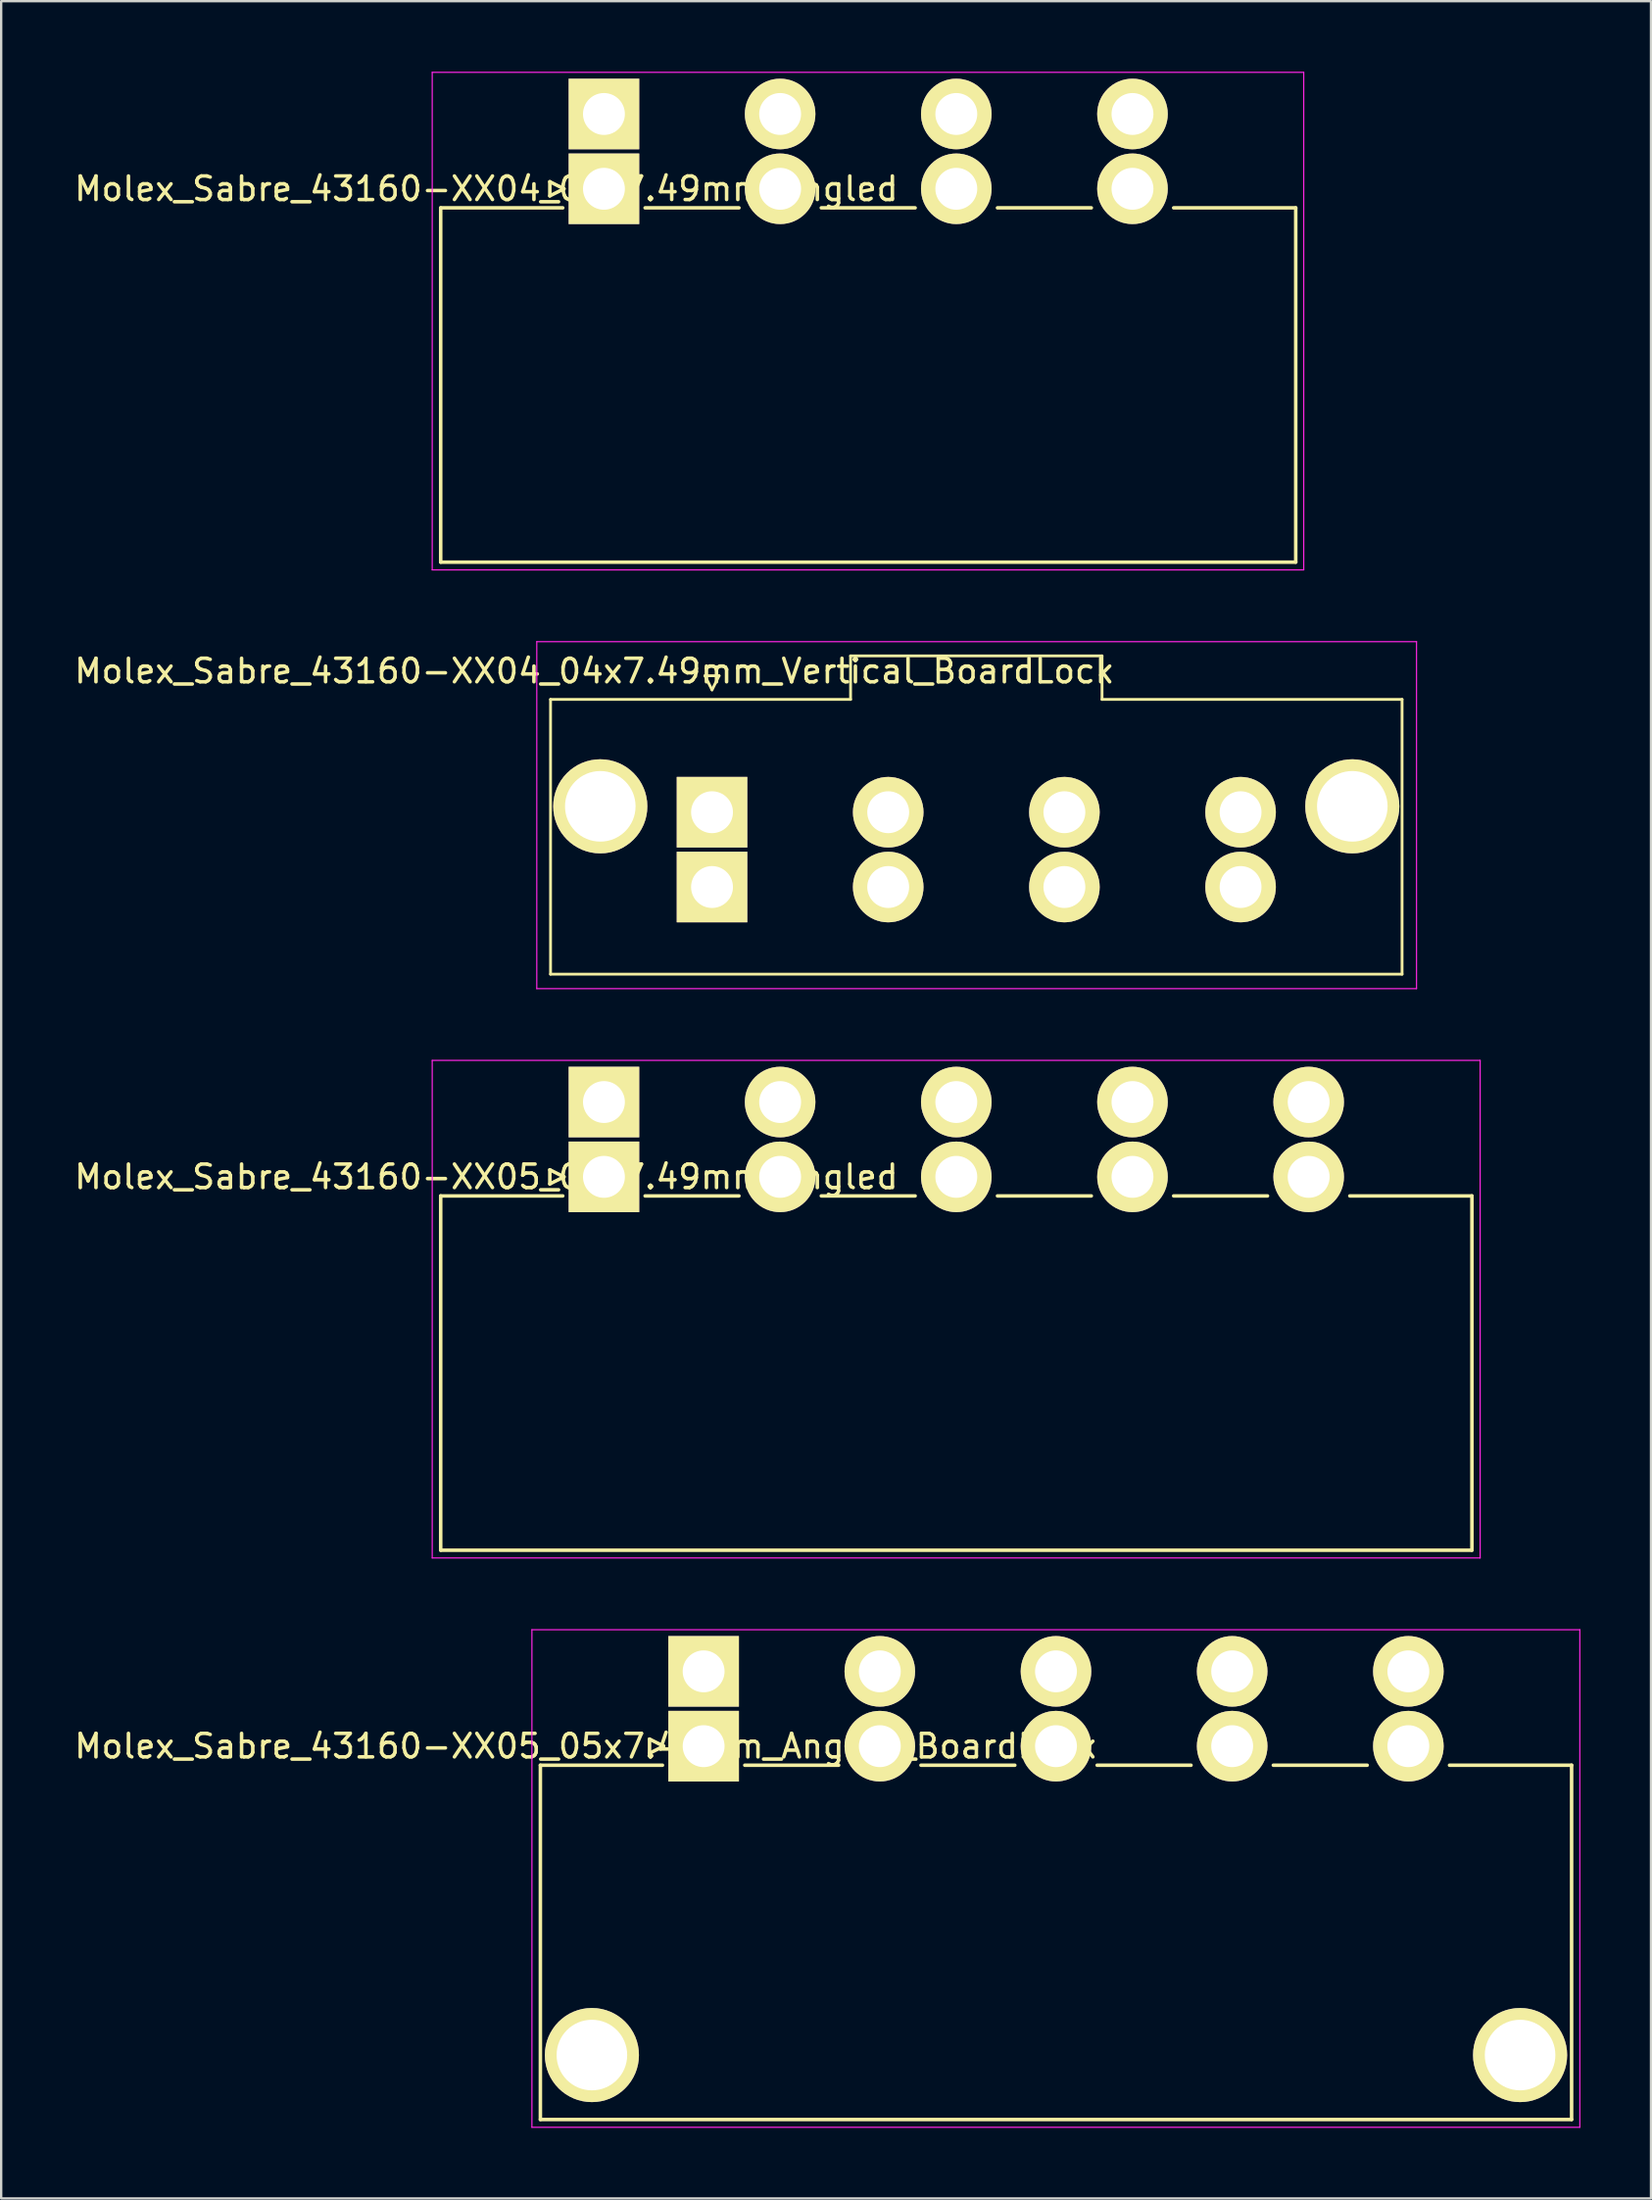
<source format=kicad_pcb>
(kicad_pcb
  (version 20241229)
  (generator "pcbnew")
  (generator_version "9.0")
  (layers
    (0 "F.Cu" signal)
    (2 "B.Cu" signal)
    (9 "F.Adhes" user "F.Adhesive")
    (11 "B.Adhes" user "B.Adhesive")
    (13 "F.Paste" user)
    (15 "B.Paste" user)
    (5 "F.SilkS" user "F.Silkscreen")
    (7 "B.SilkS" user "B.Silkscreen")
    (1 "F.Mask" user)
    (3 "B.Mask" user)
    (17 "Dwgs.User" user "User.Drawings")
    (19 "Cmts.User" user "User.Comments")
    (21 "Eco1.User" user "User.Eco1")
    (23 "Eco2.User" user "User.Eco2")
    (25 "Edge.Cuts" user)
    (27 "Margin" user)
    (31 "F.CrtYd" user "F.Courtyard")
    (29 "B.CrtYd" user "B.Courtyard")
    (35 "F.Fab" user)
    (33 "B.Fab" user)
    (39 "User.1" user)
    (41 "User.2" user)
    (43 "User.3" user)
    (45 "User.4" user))
  (footprint "Molex_Sabre_43160-XX05_05x7.49mm_Angled"
    (layer "F.Cu")
    (at 22.625 46.975)
    (property "Reference" "Molex_Sabre_43160-XX05_05x7.49mm_Angled" (at -5 0 0) (layer "F.SilkS") (effects (font (size 1 1) (thickness 0.15))))
    (attr through_hole)
    (fp_line (start -6.94 0.81) (end -6.94 15.87) (stroke (width 0.15) (type solid)) (layer "F.SilkS"))
    (fp_line (start -6.94 0.81) (end -1.75 0.81) (stroke (width 0.15) (type solid)) (layer "F.SilkS"))
    (fp_line (start -6.94 15.87) (end 36.9 15.87) (stroke (width 0.15) (type solid)) (layer "F.SilkS"))
    (fp_line (start -2.3 -0.3) (end -1.7 0) (stroke (width 0.15) (type solid)) (layer "F.SilkS"))
    (fp_line (start -2.3 0.3) (end -2.3 -0.3) (stroke (width 0.15) (type solid)) (layer "F.SilkS"))
    (fp_line (start -1.7 0) (end -2.3 0.3) (stroke (width 0.15) (type solid)) (layer "F.SilkS"))
    (fp_line (start 1.75 0.81) (end 5.74 0.81) (stroke (width 0.15) (type solid)) (layer "F.SilkS"))
    (fp_line (start 9.24 0.81) (end 13.23 0.81) (stroke (width 0.15) (type solid)) (layer "F.SilkS"))
    (fp_line (start 16.73 0.81) (end 20.72 0.81) (stroke (width 0.15) (type solid)) (layer "F.SilkS"))
    (fp_line (start 24.22 0.81) (end 28.21 0.81) (stroke (width 0.15) (type solid)) (layer "F.SilkS"))
    (fp_line (start 31.71 0.81) (end 36.9 0.81) (stroke (width 0.15) (type solid)) (layer "F.SilkS"))
    (fp_line (start 36.9 15.87) (end 36.9 0.81) (stroke (width 0.15) (type solid)) (layer "F.SilkS"))
    (fp_line (start -7.3 -4.95) (end -7.3 16.2) (stroke (width 0.05) (type solid)) (layer "F.CrtYd"))
    (fp_line (start -7.3 16.2) (end 37.25 16.2) (stroke (width 0.05) (type solid)) (layer "F.CrtYd"))
    (fp_line (start 37.25 -4.95) (end -7.3 -4.95) (stroke (width 0.05) (type solid)) (layer "F.CrtYd"))
    (fp_line (start 37.25 16.2) (end 37.25 -4.95) (stroke (width 0.05) (type solid)) (layer "F.CrtYd"))
    (pad "1" thru_hole rect (at 0 -3.18) (size 3 3) (drill 1.78) (layers "*.Cu" "*.Mask" "F.SilkS"))
    (pad "1" thru_hole rect (at 0 0) (size 3 3) (drill 1.78) (layers "*.Cu" "*.Mask" "F.SilkS"))
    (pad "2" thru_hole circle (at 7.49 -3.18) (size 3 3) (drill 1.78) (layers "*.Cu" "*.Mask" "F.SilkS"))
    (pad "2" thru_hole circle (at 7.49 0) (size 3 3) (drill 1.78) (layers "*.Cu" "*.Mask" "F.SilkS"))
    (pad "3" thru_hole circle (at 14.98 -3.18) (size 3 3) (drill 1.78) (layers "*.Cu" "*.Mask" "F.SilkS"))
    (pad "3" thru_hole circle (at 14.98 0) (size 3 3) (drill 1.78) (layers "*.Cu" "*.Mask" "F.SilkS"))
    (pad "4" thru_hole circle (at 22.47 -3.18) (size 3 3) (drill 1.78) (layers "*.Cu" "*.Mask" "F.SilkS"))
    (pad "4" thru_hole circle (at 22.47 0) (size 3 3) (drill 1.78) (layers "*.Cu" "*.Mask" "F.SilkS"))
    (pad "5" thru_hole circle (at 29.96 -3.18) (size 3 3) (drill 1.78) (layers "*.Cu" "*.Mask" "F.SilkS"))
    (pad "5" thru_hole circle (at 29.96 0) (size 3 3) (drill 1.78) (layers "*.Cu" "*.Mask" "F.SilkS")))
  (footprint "Molex_Sabre_43160-XX04_04x7.49mm_Vertical_BoardLock"
    (layer "F.Cu")
    (at 27.22 31.475)
    (property "Reference" "Molex_Sabre_43160-XX04_04x7.49mm_Vertical_BoardLock" (at -5 -6 0) (layer "F.SilkS") (effects (font (size 1 1) (thickness 0.15))))
    (attr through_hole)
    (fp_line (start -6.865 -4.795) (end 5.89 -4.795) (stroke (width 0.12) (type solid)) (layer "F.SilkS"))
    (fp_line (start -6.865 6.885) (end -6.865 -4.795) (stroke (width 0.12) (type solid)) (layer "F.SilkS"))
    (fp_line (start -0.3 -5.8) (end 0 -5.2) (stroke (width 0.12) (type solid)) (layer "F.SilkS"))
    (fp_line (start 0 -5.2) (end 0.3 -5.8) (stroke (width 0.12) (type solid)) (layer "F.SilkS"))
    (fp_line (start 0.3 -5.8) (end -0.3 -5.8) (stroke (width 0.12) (type solid)) (layer "F.SilkS"))
    (fp_line (start 5.89 -6.645) (end 16.58 -6.645) (stroke (width 0.12) (type solid)) (layer "F.SilkS"))
    (fp_line (start 5.89 -4.795) (end 5.89 -6.645) (stroke (width 0.12) (type solid)) (layer "F.SilkS"))
    (fp_line (start 16.58 -6.645) (end 16.58 -4.795) (stroke (width 0.12) (type solid)) (layer "F.SilkS"))
    (fp_line (start 16.58 -4.795) (end 29.335 -4.795) (stroke (width 0.12) (type solid)) (layer "F.SilkS"))
    (fp_line (start 29.335 -4.795) (end 29.335 6.885) (stroke (width 0.12) (type solid)) (layer "F.SilkS"))
    (fp_line (start 29.335 6.885) (end -6.865 6.885) (stroke (width 0.12) (type solid)) (layer "F.SilkS"))
    (fp_line (start -7.45 -7.25) (end -7.45 7.5) (stroke (width 0.05) (type solid)) (layer "F.CrtYd"))
    (fp_line (start -7.45 7.5) (end 29.95 7.5) (stroke (width 0.05) (type solid)) (layer "F.CrtYd"))
    (fp_line (start 29.95 -7.25) (end -7.45 -7.25) (stroke (width 0.05) (type solid)) (layer "F.CrtYd"))
    (fp_line (start 29.95 7.5) (end 29.95 -7.25) (stroke (width 0.05) (type solid)) (layer "F.CrtYd"))
    (pad "" thru_hole circle (at -4.75 -0.25) (size 4 4) (drill 3) (layers "*.Cu" "*.Mask" "F.SilkS"))
    (pad "" thru_hole circle (at 27.22 -0.25) (size 4 4) (drill 3) (layers "*.Cu" "*.Mask" "F.SilkS"))
    (pad "1" thru_hole rect (at 0 0) (size 3 3) (drill 1.78) (layers "*.Cu" "*.Mask" "F.SilkS"))
    (pad "1" thru_hole rect (at 0 3.18) (size 3 3) (drill 1.78) (layers "*.Cu" "*.Mask" "F.SilkS"))
    (pad "2" thru_hole circle (at 7.49 0) (size 3 3) (drill 1.78) (layers "*.Cu" "*.Mask" "F.SilkS"))
    (pad "2" thru_hole circle (at 7.49 3.18) (size 3 3) (drill 1.78) (layers "*.Cu" "*.Mask" "F.SilkS"))
    (pad "3" thru_hole circle (at 14.98 0) (size 3 3) (drill 1.78) (layers "*.Cu" "*.Mask" "F.SilkS"))
    (pad "3" thru_hole circle (at 14.98 3.18) (size 3 3) (drill 1.78) (layers "*.Cu" "*.Mask" "F.SilkS"))
    (pad "4" thru_hole circle (at 22.47 0) (size 3 3) (drill 1.78) (layers "*.Cu" "*.Mask" "F.SilkS"))
    (pad "4" thru_hole circle (at 22.47 3.18) (size 3 3) (drill 1.78) (layers "*.Cu" "*.Mask" "F.SilkS")))
  (footprint "Molex_Sabre_43160-XX05_05x7.49mm_Angled_BoardLock"
    (layer "F.Cu")
    (at 26.863 71.175)
    (property "Reference" "Molex_Sabre_43160-XX05_05x7.49mm_Angled_BoardLock" (at -5 0 0) (layer "F.SilkS") (effects (font (size 1 1) (thickness 0.15))))
    (attr through_hole)
    (fp_line (start -6.94 0.81) (end -6.94 15.87) (stroke (width 0.15) (type solid)) (layer "F.SilkS"))
    (fp_line (start -6.94 0.81) (end -1.75 0.81) (stroke (width 0.15) (type solid)) (layer "F.SilkS"))
    (fp_line (start -6.94 15.87) (end 36.9 15.87) (stroke (width 0.15) (type solid)) (layer "F.SilkS"))
    (fp_line (start -2.3 -0.3) (end -1.7 0) (stroke (width 0.15) (type solid)) (layer "F.SilkS"))
    (fp_line (start -2.3 0.3) (end -2.3 -0.3) (stroke (width 0.15) (type solid)) (layer "F.SilkS"))
    (fp_line (start -1.7 0) (end -2.3 0.3) (stroke (width 0.15) (type solid)) (layer "F.SilkS"))
    (fp_line (start 1.75 0.81) (end 5.74 0.81) (stroke (width 0.15) (type solid)) (layer "F.SilkS"))
    (fp_line (start 9.24 0.81) (end 13.23 0.81) (stroke (width 0.15) (type solid)) (layer "F.SilkS"))
    (fp_line (start 16.73 0.81) (end 20.72 0.81) (stroke (width 0.15) (type solid)) (layer "F.SilkS"))
    (fp_line (start 24.22 0.81) (end 28.21 0.81) (stroke (width 0.15) (type solid)) (layer "F.SilkS"))
    (fp_line (start 31.71 0.81) (end 36.9 0.81) (stroke (width 0.15) (type solid)) (layer "F.SilkS"))
    (fp_line (start 36.9 15.87) (end 36.9 0.81) (stroke (width 0.15) (type solid)) (layer "F.SilkS"))
    (fp_line (start -7.3 -4.95) (end -7.3 16.2) (stroke (width 0.05) (type solid)) (layer "F.CrtYd"))
    (fp_line (start -7.3 16.2) (end 37.25 16.2) (stroke (width 0.05) (type solid)) (layer "F.CrtYd"))
    (fp_line (start 37.25 -4.95) (end -7.3 -4.95) (stroke (width 0.05) (type solid)) (layer "F.CrtYd"))
    (fp_line (start 37.25 16.2) (end 37.25 -4.95) (stroke (width 0.05) (type solid)) (layer "F.CrtYd"))
    (pad "" np_thru_hole circle (at -4.75 13.13) (size 4 4) (drill 3) (layers "*.Cu" "*.Mask" "F.SilkS"))
    (pad "" np_thru_hole circle (at 34.71 13.13) (size 4 4) (drill 3) (layers "*.Cu" "*.Mask" "F.SilkS"))
    (pad "1" thru_hole rect (at 0 -3.18) (size 3 3) (drill 1.78) (layers "*.Cu" "*.Mask" "F.SilkS"))
    (pad "1" thru_hole rect (at 0 0) (size 3 3) (drill 1.78) (layers "*.Cu" "*.Mask" "F.SilkS"))
    (pad "2" thru_hole circle (at 7.49 -3.18) (size 3 3) (drill 1.78) (layers "*.Cu" "*.Mask" "F.SilkS"))
    (pad "2" thru_hole circle (at 7.49 0) (size 3 3) (drill 1.78) (layers "*.Cu" "*.Mask" "F.SilkS"))
    (pad "3" thru_hole circle (at 14.98 -3.18) (size 3 3) (drill 1.78) (layers "*.Cu" "*.Mask" "F.SilkS"))
    (pad "3" thru_hole circle (at 14.98 0) (size 3 3) (drill 1.78) (layers "*.Cu" "*.Mask" "F.SilkS"))
    (pad "4" thru_hole circle (at 22.47 -3.18) (size 3 3) (drill 1.78) (layers "*.Cu" "*.Mask" "F.SilkS"))
    (pad "4" thru_hole circle (at 22.47 0) (size 3 3) (drill 1.78) (layers "*.Cu" "*.Mask" "F.SilkS"))
    (pad "5" thru_hole circle (at 29.96 -3.18) (size 3 3) (drill 1.78) (layers "*.Cu" "*.Mask" "F.SilkS"))
    (pad "5" thru_hole circle (at 29.96 0) (size 3 3) (drill 1.78) (layers "*.Cu" "*.Mask" "F.SilkS")))
  (footprint "Molex_Sabre_43160-XX04_04x7.49mm_Angled"
    (layer "F.Cu")
    (at 22.625 4.975)
    (property "Reference" "Molex_Sabre_43160-XX04_04x7.49mm_Angled" (at -5 0 0) (layer "F.SilkS") (effects (font (size 1 1) (thickness 0.15))))
    (attr through_hole)
    (fp_line (start -6.94 0.81) (end -6.94 15.87) (stroke (width 0.15) (type solid)) (layer "F.SilkS"))
    (fp_line (start -6.94 0.81) (end -1.75 0.81) (stroke (width 0.15) (type solid)) (layer "F.SilkS"))
    (fp_line (start -6.94 15.87) (end 29.41 15.87) (stroke (width 0.15) (type solid)) (layer "F.SilkS"))
    (fp_line (start -2.3 -0.3) (end -1.7 0) (stroke (width 0.15) (type solid)) (layer "F.SilkS"))
    (fp_line (start -2.3 0.3) (end -2.3 -0.3) (stroke (width 0.15) (type solid)) (layer "F.SilkS"))
    (fp_line (start -1.7 0) (end -2.3 0.3) (stroke (width 0.15) (type solid)) (layer "F.SilkS"))
    (fp_line (start 1.75 0.81) (end 5.74 0.81) (stroke (width 0.15) (type solid)) (layer "F.SilkS"))
    (fp_line (start 9.24 0.81) (end 13.23 0.81) (stroke (width 0.15) (type solid)) (layer "F.SilkS"))
    (fp_line (start 16.73 0.81) (end 20.72 0.81) (stroke (width 0.15) (type solid)) (layer "F.SilkS"))
    (fp_line (start 24.22 0.81) (end 29.41 0.81) (stroke (width 0.15) (type solid)) (layer "F.SilkS"))
    (fp_line (start 29.41 15.87) (end 29.41 0.81) (stroke (width 0.15) (type solid)) (layer "F.SilkS"))
    (fp_line (start -7.3 -4.95) (end -7.3 16.2) (stroke (width 0.05) (type solid)) (layer "F.CrtYd"))
    (fp_line (start -7.3 16.2) (end 29.75 16.2) (stroke (width 0.05) (type solid)) (layer "F.CrtYd"))
    (fp_line (start 29.75 -4.95) (end -7.3 -4.95) (stroke (width 0.05) (type solid)) (layer "F.CrtYd"))
    (fp_line (start 29.75 16.2) (end 29.75 -4.95) (stroke (width 0.05) (type solid)) (layer "F.CrtYd"))
    (pad "1" thru_hole rect (at 0 -3.18) (size 3 3) (drill 1.78) (layers "*.Cu" "*.Mask" "F.SilkS"))
    (pad "1" thru_hole rect (at 0 0) (size 3 3) (drill 1.78) (layers "*.Cu" "*.Mask" "F.SilkS"))
    (pad "2" thru_hole circle (at 7.49 -3.18) (size 3 3) (drill 1.78) (layers "*.Cu" "*.Mask" "F.SilkS"))
    (pad "2" thru_hole circle (at 7.49 0) (size 3 3) (drill 1.78) (layers "*.Cu" "*.Mask" "F.SilkS"))
    (pad "3" thru_hole circle (at 14.98 -3.18) (size 3 3) (drill 1.78) (layers "*.Cu" "*.Mask" "F.SilkS"))
    (pad "3" thru_hole circle (at 14.98 0) (size 3 3) (drill 1.78) (layers "*.Cu" "*.Mask" "F.SilkS"))
    (pad "4" thru_hole circle (at 22.47 -3.18) (size 3 3) (drill 1.78) (layers "*.Cu" "*.Mask" "F.SilkS"))
    (pad "4" thru_hole circle (at 22.47 0) (size 3 3) (drill 1.78) (layers "*.Cu" "*.Mask" "F.SilkS")))
  (gr_rect
    (start -3 -3)
    (end 67.138 90.4)
    (stroke (width 0.1) (type default))
    (fill no)
    (layer "Edge.Cuts")))
</source>
